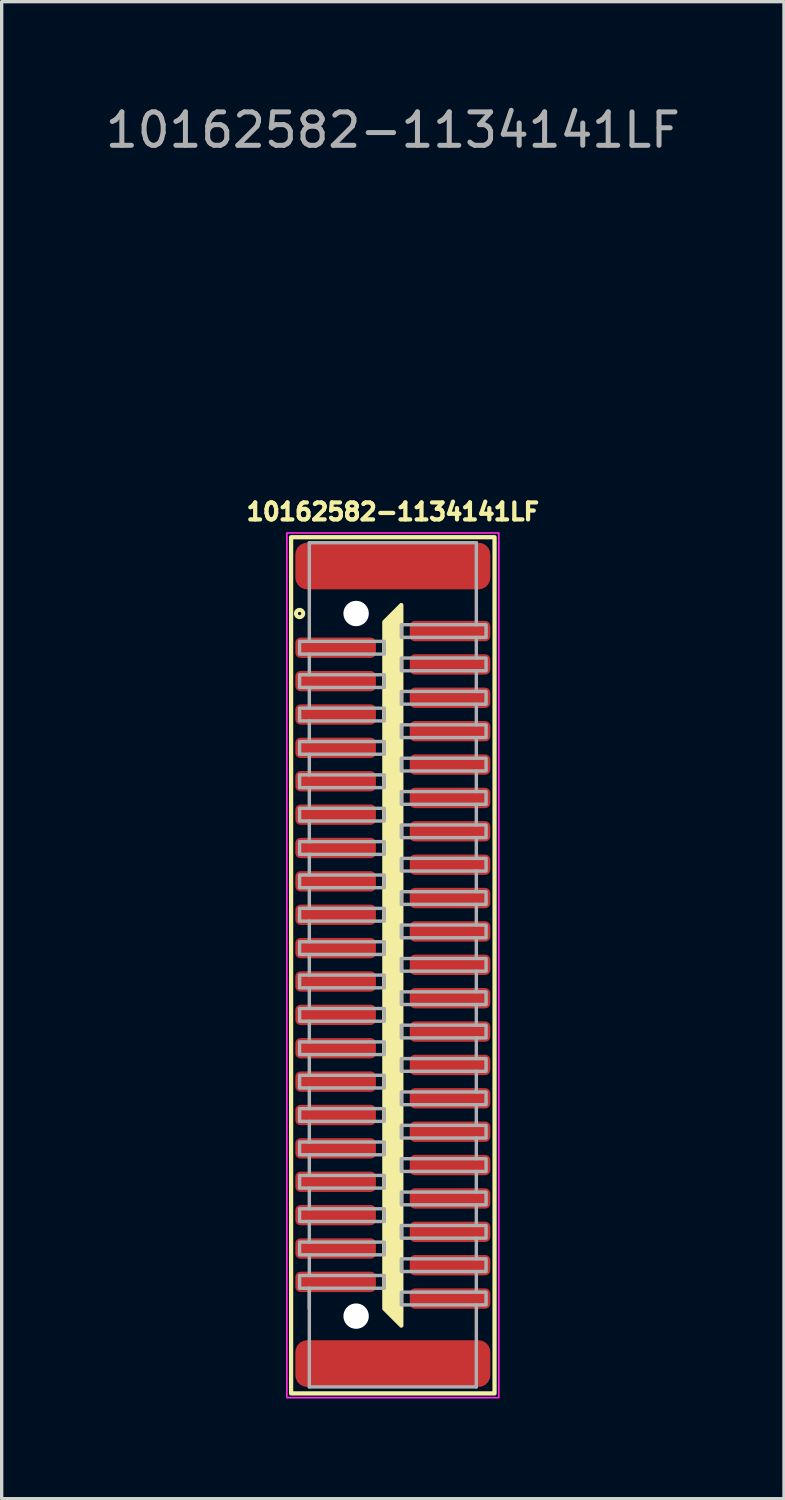
<source format=kicad_pcb>
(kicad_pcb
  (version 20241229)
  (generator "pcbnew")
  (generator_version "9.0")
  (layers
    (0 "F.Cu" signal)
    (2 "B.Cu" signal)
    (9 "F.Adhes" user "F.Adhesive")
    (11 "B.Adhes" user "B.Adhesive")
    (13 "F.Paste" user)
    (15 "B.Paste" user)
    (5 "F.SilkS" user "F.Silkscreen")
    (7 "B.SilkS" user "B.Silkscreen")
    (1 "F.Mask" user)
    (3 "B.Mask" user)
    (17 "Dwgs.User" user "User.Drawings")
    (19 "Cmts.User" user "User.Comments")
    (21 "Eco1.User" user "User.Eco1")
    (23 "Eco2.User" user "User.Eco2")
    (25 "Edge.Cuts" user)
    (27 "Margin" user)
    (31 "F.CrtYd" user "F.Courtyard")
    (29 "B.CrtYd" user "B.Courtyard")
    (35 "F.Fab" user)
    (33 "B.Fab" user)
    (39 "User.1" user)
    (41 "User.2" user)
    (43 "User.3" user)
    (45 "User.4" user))
  (footprint "10162582-1134141LF"
    (layer "F.Cu")
    (at 8.72 25.873)
    (property "Reference" "10162582-1134141LF" (at 0 -13.589 0) (layer "F.SilkS") (effects (font (size 0.508 0.508) (thickness 0.127))))
    (attr smd)
    (fp_rect (start -3.048 -12.827) (end 3.048 12.827) (stroke (width 0.127) (type default)) (fill no) (layer "F.SilkS"))
    (fp_circle (center -2.794 -10.541) (end -2.744 -10.541) (stroke (width 0.12) (type solid)) (fill no) (layer "F.SilkS"))
    (fp_poly (pts (xy -0.254 10.287) (xy 0.254 10.795) (xy 0.254 -10.795) (xy -0.254 -10.287)) (stroke (width 0.127) (type solid)) (fill yes) (layer "F.SilkS"))
    (fp_rect (start -3.175 -12.954) (end 3.175 12.954) (stroke (width 0.051) (type default)) (fill no) (layer "F.CrtYd"))
    (fp_line (start -2.502 -12.662) (end -2.502 -9.706) (stroke (width 0.102) (type default)) (layer "F.Fab"))
    (fp_line (start -2.502 -9.325) (end -2.502 -8.706) (stroke (width 0.102) (type default)) (layer "F.Fab"))
    (fp_line (start -2.502 -8.325) (end -2.502 -7.705) (stroke (width 0.102) (type default)) (layer "F.Fab"))
    (fp_line (start -2.502 -7.324) (end -2.502 -6.705) (stroke (width 0.102) (type default)) (layer "F.Fab"))
    (fp_line (start -2.502 -6.324) (end -2.502 -5.705) (stroke (width 0.102) (type default)) (layer "F.Fab"))
    (fp_line (start -2.502 -5.324) (end -2.502 -4.705) (stroke (width 0.102) (type default)) (layer "F.Fab"))
    (fp_line (start -2.502 -4.324) (end -2.502 -3.705) (stroke (width 0.102) (type default)) (layer "F.Fab"))
    (fp_line (start -2.502 -3.325) (end -2.502 -2.705) (stroke (width 0.102) (type default)) (layer "F.Fab"))
    (fp_line (start -2.502 -2.325) (end -2.502 -1.706) (stroke (width 0.102) (type default)) (layer "F.Fab"))
    (fp_line (start -2.502 -1.325) (end -2.502 -0.706) (stroke (width 0.102) (type default)) (layer "F.Fab"))
    (fp_line (start -2.502 -0.325) (end -2.502 0.294) (stroke (width 0.102) (type default)) (layer "F.Fab"))
    (fp_line (start -2.502 0.675) (end -2.502 1.294) (stroke (width 0.102) (type default)) (layer "F.Fab"))
    (fp_line (start -2.502 1.675) (end -2.502 2.295) (stroke (width 0.102) (type default)) (layer "F.Fab"))
    (fp_line (start -2.502 2.675) (end -2.502 3.295) (stroke (width 0.102) (type default)) (layer "F.Fab"))
    (fp_line (start -2.502 3.675) (end -2.502 4.295) (stroke (width 0.102) (type default)) (layer "F.Fab"))
    (fp_line (start -2.502 4.676) (end -2.502 5.295) (stroke (width 0.102) (type default)) (layer "F.Fab"))
    (fp_line (start -2.502 5.676) (end -2.502 6.295) (stroke (width 0.102) (type default)) (layer "F.Fab"))
    (fp_line (start -2.502 6.676) (end -2.502 7.295) (stroke (width 0.102) (type default)) (layer "F.Fab"))
    (fp_line (start -2.502 7.676) (end -2.502 8.294) (stroke (width 0.102) (type default)) (layer "F.Fab"))
    (fp_line (start -2.502 8.675) (end -2.502 9.294) (stroke (width 0.102) (type default)) (layer "F.Fab"))
    (fp_line (start -2.502 9.675) (end -2.502 10.294) (stroke (width 0.102) (type default)) (layer "F.Fab"))
    (fp_line (start -2.502 9.676) (end -2.502 12.632) (stroke (width 0.102) (type default)) (layer "F.Fab"))
    (fp_line (start 2.502 -12.662) (end -2.502 -12.662) (stroke (width 0.102) (type default)) (layer "F.Fab"))
    (fp_line (start 2.502 -12.662) (end 2.502 -10.206) (stroke (width 0.102) (type default)) (layer "F.Fab"))
    (fp_line (start 2.502 -9.825) (end 2.502 -9.206) (stroke (width 0.102) (type default)) (layer "F.Fab"))
    (fp_line (start 2.502 -8.825) (end 2.502 -8.206) (stroke (width 0.102) (type default)) (layer "F.Fab"))
    (fp_line (start 2.502 -7.824) (end 2.502 -7.205) (stroke (width 0.102) (type default)) (layer "F.Fab"))
    (fp_line (start 2.502 -6.824) (end 2.502 -6.205) (stroke (width 0.102) (type default)) (layer "F.Fab"))
    (fp_line (start 2.502 -5.824) (end 2.502 -5.205) (stroke (width 0.102) (type default)) (layer "F.Fab"))
    (fp_line (start 2.502 -4.824) (end 2.502 -4.205) (stroke (width 0.102) (type default)) (layer "F.Fab"))
    (fp_line (start 2.502 -3.825) (end 2.502 -3.205) (stroke (width 0.102) (type default)) (layer "F.Fab"))
    (fp_line (start 2.502 -2.825) (end 2.502 -2.205) (stroke (width 0.102) (type default)) (layer "F.Fab"))
    (fp_line (start 2.502 -1.825) (end 2.502 -1.206) (stroke (width 0.102) (type default)) (layer "F.Fab"))
    (fp_line (start 2.502 -0.825) (end 2.502 -0.205) (stroke (width 0.102) (type default)) (layer "F.Fab"))
    (fp_line (start 2.502 0.175) (end 2.502 0.794) (stroke (width 0.102) (type default)) (layer "F.Fab"))
    (fp_line (start 2.502 1.175) (end 2.502 1.794) (stroke (width 0.102) (type default)) (layer "F.Fab"))
    (fp_line (start 2.502 2.175) (end 2.502 2.795) (stroke (width 0.102) (type default)) (layer "F.Fab"))
    (fp_line (start 2.502 3.175) (end 2.502 3.795) (stroke (width 0.102) (type default)) (layer "F.Fab"))
    (fp_line (start 2.502 4.176) (end 2.502 4.795) (stroke (width 0.102) (type default)) (layer "F.Fab"))
    (fp_line (start 2.502 5.176) (end 2.502 5.795) (stroke (width 0.102) (type default)) (layer "F.Fab"))
    (fp_line (start 2.502 6.176) (end 2.502 6.795) (stroke (width 0.102) (type default)) (layer "F.Fab"))
    (fp_line (start 2.502 7.176) (end 2.502 7.795) (stroke (width 0.102) (type default)) (layer "F.Fab"))
    (fp_line (start 2.502 8.175) (end 2.502 8.794) (stroke (width 0.102) (type default)) (layer "F.Fab"))
    (fp_line (start 2.502 9.175) (end 2.502 9.794) (stroke (width 0.102) (type default)) (layer "F.Fab"))
    (fp_line (start 2.502 10.176) (end 2.502 12.632) (stroke (width 0.102) (type default)) (layer "F.Fab"))
    (fp_line (start 2.502 12.632) (end -2.502 12.632) (stroke (width 0.102) (type default)) (layer "F.Fab"))
    (fp_rect (start -2.794 -9.706) (end -0.254 -9.325) (stroke (width 0.102) (type default)) (fill no) (layer "F.Fab"))
    (fp_rect (start -2.794 -8.706) (end -0.254 -8.325) (stroke (width 0.102) (type default)) (fill no) (layer "F.Fab"))
    (fp_rect (start -2.794 -7.705) (end -0.254 -7.324) (stroke (width 0.102) (type default)) (fill no) (layer "F.Fab"))
    (fp_rect (start -2.794 -6.705) (end -0.254 -6.324) (stroke (width 0.102) (type default)) (fill no) (layer "F.Fab"))
    (fp_rect (start -2.794 -5.705) (end -0.254 -5.324) (stroke (width 0.102) (type default)) (fill no) (layer "F.Fab"))
    (fp_rect (start -2.794 -4.705) (end -0.254 -4.324) (stroke (width 0.102) (type default)) (fill no) (layer "F.Fab"))
    (fp_rect (start -2.794 -3.705) (end -0.254 -3.325) (stroke (width 0.102) (type default)) (fill no) (layer "F.Fab"))
    (fp_rect (start -2.794 -2.705) (end -0.254 -2.325) (stroke (width 0.102) (type default)) (fill no) (layer "F.Fab"))
    (fp_rect (start -2.794 -1.706) (end -0.254 -1.325) (stroke (width 0.102) (type default)) (fill no) (layer "F.Fab"))
    (fp_rect (start -2.794 -0.706) (end -0.254 -0.325) (stroke (width 0.102) (type default)) (fill no) (layer "F.Fab"))
    (fp_rect (start -2.794 0.294) (end -0.254 0.675) (stroke (width 0.102) (type default)) (fill no) (layer "F.Fab"))
    (fp_rect (start -2.794 1.294) (end -0.254 1.675) (stroke (width 0.102) (type default)) (fill no) (layer "F.Fab"))
    (fp_rect (start -2.794 2.295) (end -0.254 2.675) (stroke (width 0.102) (type default)) (fill no) (layer "F.Fab"))
    (fp_rect (start -2.794 3.295) (end -0.254 3.675) (stroke (width 0.102) (type default)) (fill no) (layer "F.Fab"))
    (fp_rect (start -2.794 4.295) (end -0.254 4.676) (stroke (width 0.102) (type default)) (fill no) (layer "F.Fab"))
    (fp_rect (start -2.794 5.295) (end -0.254 5.676) (stroke (width 0.102) (type default)) (fill no) (layer "F.Fab"))
    (fp_rect (start -2.794 6.295) (end -0.254 6.676) (stroke (width 0.102) (type default)) (fill no) (layer "F.Fab"))
    (fp_rect (start -2.794 7.295) (end -0.254 7.676) (stroke (width 0.102) (type default)) (fill no) (layer "F.Fab"))
    (fp_rect (start -2.794 8.294) (end -0.254 8.675) (stroke (width 0.102) (type default)) (fill no) (layer "F.Fab"))
    (fp_rect (start -2.794 9.294) (end -0.254 9.675) (stroke (width 0.102) (type default)) (fill no) (layer "F.Fab"))
    (fp_rect (start 0.254 -10.206) (end 2.794 -9.825) (stroke (width 0.102) (type default)) (fill no) (layer "F.Fab"))
    (fp_rect (start 0.254 -9.206) (end 2.794 -8.825) (stroke (width 0.102) (type default)) (fill no) (layer "F.Fab"))
    (fp_rect (start 0.254 -8.206) (end 2.794 -7.824) (stroke (width 0.102) (type default)) (fill no) (layer "F.Fab"))
    (fp_rect (start 0.254 -7.205) (end 2.794 -6.824) (stroke (width 0.102) (type default)) (fill no) (layer "F.Fab"))
    (fp_rect (start 0.254 -6.205) (end 2.794 -5.824) (stroke (width 0.102) (type default)) (fill no) (layer "F.Fab"))
    (fp_rect (start 0.254 -5.205) (end 2.794 -4.824) (stroke (width 0.102) (type default)) (fill no) (layer "F.Fab"))
    (fp_rect (start 0.254 -4.205) (end 2.794 -3.825) (stroke (width 0.102) (type default)) (fill no) (layer "F.Fab"))
    (fp_rect (start 0.254 -3.205) (end 2.794 -2.825) (stroke (width 0.102) (type default)) (fill no) (layer "F.Fab"))
    (fp_rect (start 0.254 -2.205) (end 2.794 -1.825) (stroke (width 0.102) (type default)) (fill no) (layer "F.Fab"))
    (fp_rect (start 0.254 -1.206) (end 2.794 -0.825) (stroke (width 0.102) (type default)) (fill no) (layer "F.Fab"))
    (fp_rect (start 0.254 -0.205) (end 2.794 0.175) (stroke (width 0.102) (type default)) (fill no) (layer "F.Fab"))
    (fp_rect (start 0.254 0.794) (end 2.794 1.175) (stroke (width 0.102) (type default)) (fill no) (layer "F.Fab"))
    (fp_rect (start 0.254 1.794) (end 2.794 2.175) (stroke (width 0.102) (type default)) (fill no) (layer "F.Fab"))
    (fp_rect (start 0.254 2.795) (end 2.794 3.175) (stroke (width 0.102) (type default)) (fill no) (layer "F.Fab"))
    (fp_rect (start 0.254 3.795) (end 2.794 4.176) (stroke (width 0.102) (type default)) (fill no) (layer "F.Fab"))
    (fp_rect (start 0.254 4.795) (end 2.794 5.176) (stroke (width 0.102) (type default)) (fill no) (layer "F.Fab"))
    (fp_rect (start 0.254 5.795) (end 2.794 6.176) (stroke (width 0.102) (type default)) (fill no) (layer "F.Fab"))
    (fp_rect (start 0.254 6.795) (end 2.794 7.176) (stroke (width 0.102) (type default)) (fill no) (layer "F.Fab"))
    (fp_rect (start 0.254 7.795) (end 2.794 8.175) (stroke (width 0.102) (type default)) (fill no) (layer "F.Fab"))
    (fp_rect (start 0.254 8.794) (end 2.794 9.175) (stroke (width 0.102) (type default)) (fill no) (layer "F.Fab"))
    (fp_rect (start 0.254 9.794) (end 2.794 10.175) (stroke (width 0.102) (type default)) (fill no) (layer "F.Fab"))
    (fp_text user "${REFERENCE}" (at 0 -25.025 180) (layer "F.Fab") (effects (font (size 1 1) (thickness 0.15))))
    (pad "" np_thru_hole circle (at -1.1 -10.541) (size 0.762 0.762) (drill 0.762) (layers "*.Cu" "*.Mask"))
    (pad "" np_thru_hole circle (at -1.1 10.511) (size 0.762 0.762) (drill 0.762) (layers "*.Cu" "*.Mask"))
    (pad "1" smd roundrect (at -1.714 -9.515) (size 2.413 0.61) (layers "F.Cu" "F.Mask" "F.Paste") (roundrect_rratio 0.25))
    (pad "2" smd roundrect (at -1.714 -8.515) (size 2.413 0.61) (layers "F.Cu" "F.Mask" "F.Paste") (roundrect_rratio 0.25))
    (pad "3" smd roundrect (at -1.714 -7.515) (size 2.413 0.61) (layers "F.Cu" "F.Mask" "F.Paste") (roundrect_rratio 0.25))
    (pad "4" smd roundrect (at -1.714 -6.515) (size 2.413 0.61) (layers "F.Cu" "F.Mask" "F.Paste") (roundrect_rratio 0.25))
    (pad "5" smd roundrect (at -1.714 -5.515) (size 2.413 0.61) (layers "F.Cu" "F.Mask" "F.Paste") (roundrect_rratio 0.25))
    (pad "6" smd roundrect (at -1.714 -4.515) (size 2.413 0.61) (layers "F.Cu" "F.Mask" "F.Paste") (roundrect_rratio 0.25))
    (pad "7" smd roundrect (at -1.714 -3.515) (size 2.413 0.61) (layers "F.Cu" "F.Mask" "F.Paste") (roundrect_rratio 0.25))
    (pad "8" smd roundrect (at -1.714 -2.515) (size 2.413 0.61) (layers "F.Cu" "F.Mask" "F.Paste") (roundrect_rratio 0.25))
    (pad "9" smd roundrect (at -1.714 -1.515) (size 2.413 0.61) (layers "F.Cu" "F.Mask" "F.Paste") (roundrect_rratio 0.25))
    (pad "10" smd roundrect (at -1.714 -0.515) (size 2.413 0.61) (layers "F.Cu" "F.Mask" "F.Paste") (roundrect_rratio 0.25))
    (pad "11" smd roundrect (at -1.714 0.485) (size 2.413 0.61) (layers "F.Cu" "F.Mask" "F.Paste") (roundrect_rratio 0.25))
    (pad "12" smd roundrect (at -1.714 1.485) (size 2.413 0.61) (layers "F.Cu" "F.Mask" "F.Paste") (roundrect_rratio 0.25))
    (pad "13" smd roundrect (at -1.714 2.485) (size 2.413 0.61) (layers "F.Cu" "F.Mask" "F.Paste") (roundrect_rratio 0.25))
    (pad "14" smd roundrect (at -1.714 3.485) (size 2.413 0.61) (layers "F.Cu" "F.Mask" "F.Paste") (roundrect_rratio 0.25))
    (pad "15" smd roundrect (at -1.714 4.485) (size 2.413 0.61) (layers "F.Cu" "F.Mask" "F.Paste") (roundrect_rratio 0.25))
    (pad "16" smd roundrect (at -1.714 5.485) (size 2.413 0.61) (layers "F.Cu" "F.Mask" "F.Paste") (roundrect_rratio 0.25))
    (pad "17" smd roundrect (at -1.714 6.485) (size 2.413 0.61) (layers "F.Cu" "F.Mask" "F.Paste") (roundrect_rratio 0.25))
    (pad "18" smd roundrect (at -1.714 7.485) (size 2.413 0.61) (layers "F.Cu" "F.Mask" "F.Paste") (roundrect_rratio 0.25))
    (pad "19" smd roundrect (at -1.714 8.485) (size 2.413 0.61) (layers "F.Cu" "F.Mask" "F.Paste") (roundrect_rratio 0.25))
    (pad "20" smd roundrect (at -1.714 9.485) (size 2.413 0.61) (layers "F.Cu" "F.Mask" "F.Paste") (roundrect_rratio 0.25))
    (pad "21" smd roundrect (at 1.714 9.985) (size 2.413 0.61) (layers "F.Cu" "F.Mask" "F.Paste") (roundrect_rratio 0.25))
    (pad "22" smd roundrect (at 1.714 8.985) (size 2.413 0.61) (layers "F.Cu" "F.Mask" "F.Paste") (roundrect_rratio 0.25))
    (pad "23" smd roundrect (at 1.714 7.985) (size 2.413 0.61) (layers "F.Cu" "F.Mask" "F.Paste") (roundrect_rratio 0.25))
    (pad "24" smd roundrect (at 1.714 6.985) (size 2.413 0.61) (layers "F.Cu" "F.Mask" "F.Paste") (roundrect_rratio 0.25))
    (pad "25" smd roundrect (at 1.714 5.985) (size 2.413 0.61) (layers "F.Cu" "F.Mask" "F.Paste") (roundrect_rratio 0.25))
    (pad "26" smd roundrect (at 1.714 4.985) (size 2.413 0.61) (layers "F.Cu" "F.Mask" "F.Paste") (roundrect_rratio 0.25))
    (pad "27" smd roundrect (at 1.714 3.985) (size 2.413 0.61) (layers "F.Cu" "F.Mask" "F.Paste") (roundrect_rratio 0.25))
    (pad "28" smd roundrect (at 1.714 2.985) (size 2.413 0.61) (layers "F.Cu" "F.Mask" "F.Paste") (roundrect_rratio 0.25))
    (pad "29" smd roundrect (at 1.714 1.985) (size 2.413 0.61) (layers "F.Cu" "F.Mask" "F.Paste") (roundrect_rratio 0.25))
    (pad "30" smd roundrect (at 1.714 0.985) (size 2.413 0.61) (layers "F.Cu" "F.Mask" "F.Paste") (roundrect_rratio 0.25))
    (pad "31" smd roundrect (at 1.714 -0.015) (size 2.413 0.61) (layers "F.Cu" "F.Mask" "F.Paste") (roundrect_rratio 0.25))
    (pad "32" smd roundrect (at 1.714 -1.015) (size 2.413 0.61) (layers "F.Cu" "F.Mask" "F.Paste") (roundrect_rratio 0.25))
    (pad "33" smd roundrect (at 1.714 -2.015) (size 2.413 0.61) (layers "F.Cu" "F.Mask" "F.Paste") (roundrect_rratio 0.25))
    (pad "34" smd roundrect (at 1.714 -3.015) (size 2.413 0.61) (layers "F.Cu" "F.Mask" "F.Paste") (roundrect_rratio 0.25))
    (pad "35" smd roundrect (at 1.714 -4.015) (size 2.413 0.61) (layers "F.Cu" "F.Mask" "F.Paste") (roundrect_rratio 0.25))
    (pad "36" smd roundrect (at 1.714 -5.015) (size 2.413 0.61) (layers "F.Cu" "F.Mask" "F.Paste") (roundrect_rratio 0.25))
    (pad "37" smd roundrect (at 1.714 -6.015) (size 2.413 0.61) (layers "F.Cu" "F.Mask" "F.Paste") (roundrect_rratio 0.25))
    (pad "38" smd roundrect (at 1.714 -7.015) (size 2.413 0.61) (layers "F.Cu" "F.Mask" "F.Paste") (roundrect_rratio 0.25))
    (pad "39" smd roundrect (at 1.714 -8.015) (size 2.413 0.61) (layers "F.Cu" "F.Mask" "F.Paste") (roundrect_rratio 0.25))
    (pad "40" smd roundrect (at 1.714 -9.015) (size 2.413 0.61) (layers "F.Cu" "F.Mask" "F.Paste") (roundrect_rratio 0.25))
    (pad "41" smd roundrect (at 1.714 -10.015) (size 2.413 0.61) (layers "F.Cu" "F.Mask" "F.Paste") (roundrect_rratio 0.25))
    (pad "MP" smd roundrect (at 0 -11.963) (size 5.842 1.397) (layers "F.Cu" "F.Mask" "F.Paste") (roundrect_rratio 0.25))
    (pad "MP" smd roundrect (at 0 11.933) (size 5.842 1.397) (layers "F.Cu" "F.Mask" "F.Paste") (roundrect_rratio 0.25)))
  (gr_rect
    (start -3 -3)
    (end 20.44 41.853)
    (stroke (width 0.1) (type default))
    (fill no)
    (layer "Edge.Cuts")))
</source>
